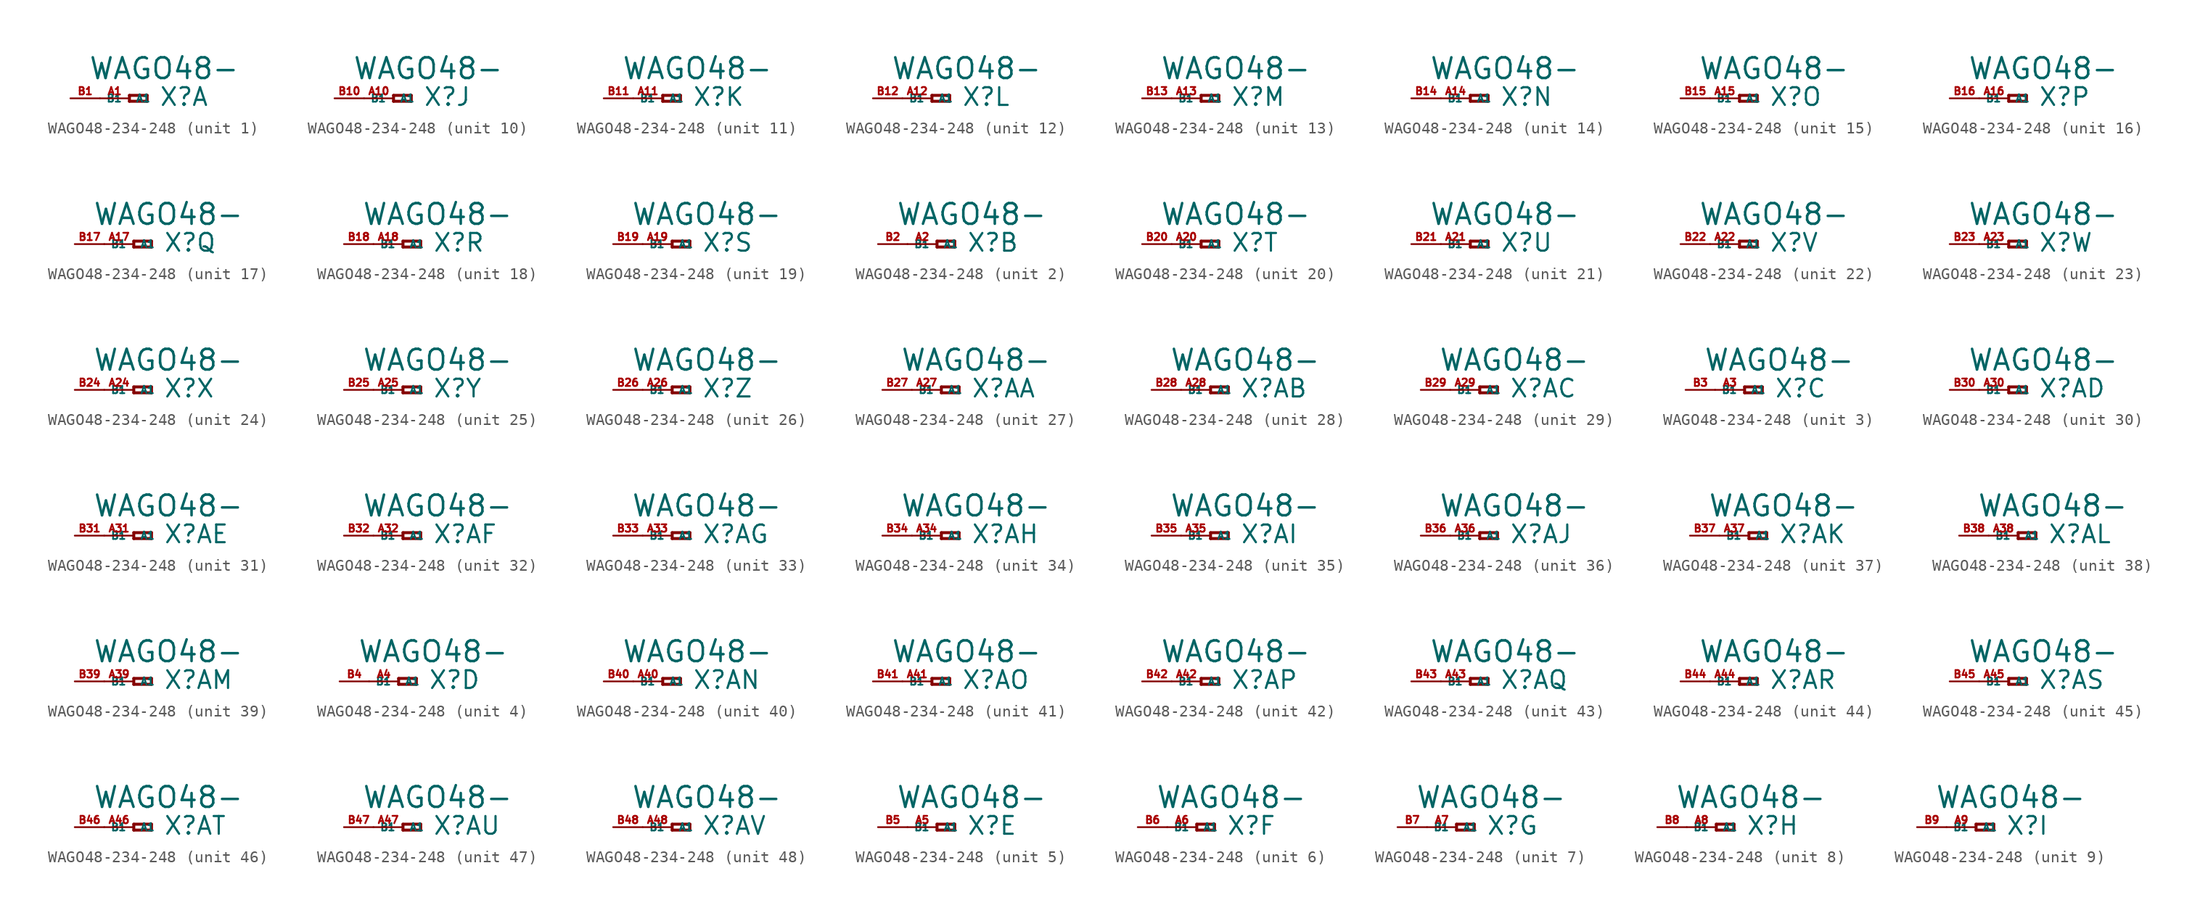
<source format=kicad_sym>
(kicad_symbol_lib
  (version 20220914)
  (generator Eagle2Kicad)
  (symbol "WAGO48-234-248"
    (property "Reference" "X"
      (at 2.54 -0.762 0)
      (effects (font (size 1.524 1.524) (thickness 0.19)) (justify left bottom)))
    (property "Value" "WAGO48-"
      (at -3.556 1.524 0)
      (effects (font (size 1.778 1.778) (thickness 0.22)) (justify left bottom)))
    (symbol "WAGO48-234-248_1_0"
      (polyline (pts (xy 0 0.254) (xy 0 -0.254)) (stroke (width 0.254) (type default)) (fill (type none)))
      (polyline (pts (xy 0 -0.254) (xy 1.524 -0.254)) (stroke (width 0.254) (type default)) (fill (type none)))
      (polyline (pts (xy 1.524 -0.254) (xy 1.524 0.254)) (stroke (width 0.254) (type default)) (fill (type none)))
      (polyline (pts (xy 1.524 0.254) (xy 0 0.254)) (stroke (width 0.254) (type default)) (fill (type none)))
      (pin passive line (at -2.54 0 0) (length 2.54) (name "A1" (effects (font (size 0.635 0.635) (thickness 0.08)) (justify left bottom))) (number "A1" (effects (font (size 0.635 0.635) (thickness 0.08)) (justify left bottom))))
      (pin passive line (at -5.08 0 0) (length 2.54) (name "B1" (effects (font (size 0.635 0.635) (thickness 0.08)) (justify left bottom))) (number "B1" (effects (font (size 0.635 0.635) (thickness 0.08)) (justify left bottom)))))
    (symbol "WAGO48-234-248_2_0"
      (polyline (pts (xy 0 0.254) (xy 0 -0.254)) (stroke (width 0.254) (type default)) (fill (type none)))
      (polyline (pts (xy 0 -0.254) (xy 1.524 -0.254)) (stroke (width 0.254) (type default)) (fill (type none)))
      (polyline (pts (xy 1.524 -0.254) (xy 1.524 0.254)) (stroke (width 0.254) (type default)) (fill (type none)))
      (polyline (pts (xy 1.524 0.254) (xy 0 0.254)) (stroke (width 0.254) (type default)) (fill (type none)))
      (pin passive line (at -2.54 0 0) (length 2.54) (name "A1" (effects (font (size 0.635 0.635) (thickness 0.08)) (justify left bottom))) (number "A2" (effects (font (size 0.635 0.635) (thickness 0.08)) (justify left bottom))))
      (pin passive line (at -5.08 0 0) (length 2.54) (name "B1" (effects (font (size 0.635 0.635) (thickness 0.08)) (justify left bottom))) (number "B2" (effects (font (size 0.635 0.635) (thickness 0.08)) (justify left bottom)))))
    (symbol "WAGO48-234-248_3_0"
      (polyline (pts (xy 0 0.254) (xy 0 -0.254)) (stroke (width 0.254) (type default)) (fill (type none)))
      (polyline (pts (xy 0 -0.254) (xy 1.524 -0.254)) (stroke (width 0.254) (type default)) (fill (type none)))
      (polyline (pts (xy 1.524 -0.254) (xy 1.524 0.254)) (stroke (width 0.254) (type default)) (fill (type none)))
      (polyline (pts (xy 1.524 0.254) (xy 0 0.254)) (stroke (width 0.254) (type default)) (fill (type none)))
      (pin passive line (at -2.54 0 0) (length 2.54) (name "A1" (effects (font (size 0.635 0.635) (thickness 0.08)) (justify left bottom))) (number "A3" (effects (font (size 0.635 0.635) (thickness 0.08)) (justify left bottom))))
      (pin passive line (at -5.08 0 0) (length 2.54) (name "B1" (effects (font (size 0.635 0.635) (thickness 0.08)) (justify left bottom))) (number "B3" (effects (font (size 0.635 0.635) (thickness 0.08)) (justify left bottom)))))
    (symbol "WAGO48-234-248_4_0"
      (polyline (pts (xy 0 0.254) (xy 0 -0.254)) (stroke (width 0.254) (type default)) (fill (type none)))
      (polyline (pts (xy 0 -0.254) (xy 1.524 -0.254)) (stroke (width 0.254) (type default)) (fill (type none)))
      (polyline (pts (xy 1.524 -0.254) (xy 1.524 0.254)) (stroke (width 0.254) (type default)) (fill (type none)))
      (polyline (pts (xy 1.524 0.254) (xy 0 0.254)) (stroke (width 0.254) (type default)) (fill (type none)))
      (pin passive line (at -2.54 0 0) (length 2.54) (name "A1" (effects (font (size 0.635 0.635) (thickness 0.08)) (justify left bottom))) (number "A4" (effects (font (size 0.635 0.635) (thickness 0.08)) (justify left bottom))))
      (pin passive line (at -5.08 0 0) (length 2.54) (name "B1" (effects (font (size 0.635 0.635) (thickness 0.08)) (justify left bottom))) (number "B4" (effects (font (size 0.635 0.635) (thickness 0.08)) (justify left bottom)))))
    (symbol "WAGO48-234-248_5_0"
      (polyline (pts (xy 0 0.254) (xy 0 -0.254)) (stroke (width 0.254) (type default)) (fill (type none)))
      (polyline (pts (xy 0 -0.254) (xy 1.524 -0.254)) (stroke (width 0.254) (type default)) (fill (type none)))
      (polyline (pts (xy 1.524 -0.254) (xy 1.524 0.254)) (stroke (width 0.254) (type default)) (fill (type none)))
      (polyline (pts (xy 1.524 0.254) (xy 0 0.254)) (stroke (width 0.254) (type default)) (fill (type none)))
      (pin passive line (at -2.54 0 0) (length 2.54) (name "A1" (effects (font (size 0.635 0.635) (thickness 0.08)) (justify left bottom))) (number "A5" (effects (font (size 0.635 0.635) (thickness 0.08)) (justify left bottom))))
      (pin passive line (at -5.08 0 0) (length 2.54) (name "B1" (effects (font (size 0.635 0.635) (thickness 0.08)) (justify left bottom))) (number "B5" (effects (font (size 0.635 0.635) (thickness 0.08)) (justify left bottom)))))
    (symbol "WAGO48-234-248_6_0"
      (polyline (pts (xy 0 0.254) (xy 0 -0.254)) (stroke (width 0.254) (type default)) (fill (type none)))
      (polyline (pts (xy 0 -0.254) (xy 1.524 -0.254)) (stroke (width 0.254) (type default)) (fill (type none)))
      (polyline (pts (xy 1.524 -0.254) (xy 1.524 0.254)) (stroke (width 0.254) (type default)) (fill (type none)))
      (polyline (pts (xy 1.524 0.254) (xy 0 0.254)) (stroke (width 0.254) (type default)) (fill (type none)))
      (pin passive line (at -2.54 0 0) (length 2.54) (name "A1" (effects (font (size 0.635 0.635) (thickness 0.08)) (justify left bottom))) (number "A6" (effects (font (size 0.635 0.635) (thickness 0.08)) (justify left bottom))))
      (pin passive line (at -5.08 0 0) (length 2.54) (name "B1" (effects (font (size 0.635 0.635) (thickness 0.08)) (justify left bottom))) (number "B6" (effects (font (size 0.635 0.635) (thickness 0.08)) (justify left bottom)))))
    (symbol "WAGO48-234-248_7_0"
      (polyline (pts (xy 0 0.254) (xy 0 -0.254)) (stroke (width 0.254) (type default)) (fill (type none)))
      (polyline (pts (xy 0 -0.254) (xy 1.524 -0.254)) (stroke (width 0.254) (type default)) (fill (type none)))
      (polyline (pts (xy 1.524 -0.254) (xy 1.524 0.254)) (stroke (width 0.254) (type default)) (fill (type none)))
      (polyline (pts (xy 1.524 0.254) (xy 0 0.254)) (stroke (width 0.254) (type default)) (fill (type none)))
      (pin passive line (at -2.54 0 0) (length 2.54) (name "A1" (effects (font (size 0.635 0.635) (thickness 0.08)) (justify left bottom))) (number "A7" (effects (font (size 0.635 0.635) (thickness 0.08)) (justify left bottom))))
      (pin passive line (at -5.08 0 0) (length 2.54) (name "B1" (effects (font (size 0.635 0.635) (thickness 0.08)) (justify left bottom))) (number "B7" (effects (font (size 0.635 0.635) (thickness 0.08)) (justify left bottom)))))
    (symbol "WAGO48-234-248_8_0"
      (polyline (pts (xy 0 0.254) (xy 0 -0.254)) (stroke (width 0.254) (type default)) (fill (type none)))
      (polyline (pts (xy 0 -0.254) (xy 1.524 -0.254)) (stroke (width 0.254) (type default)) (fill (type none)))
      (polyline (pts (xy 1.524 -0.254) (xy 1.524 0.254)) (stroke (width 0.254) (type default)) (fill (type none)))
      (polyline (pts (xy 1.524 0.254) (xy 0 0.254)) (stroke (width 0.254) (type default)) (fill (type none)))
      (pin passive line (at -2.54 0 0) (length 2.54) (name "A1" (effects (font (size 0.635 0.635) (thickness 0.08)) (justify left bottom))) (number "A8" (effects (font (size 0.635 0.635) (thickness 0.08)) (justify left bottom))))
      (pin passive line (at -5.08 0 0) (length 2.54) (name "B1" (effects (font (size 0.635 0.635) (thickness 0.08)) (justify left bottom))) (number "B8" (effects (font (size 0.635 0.635) (thickness 0.08)) (justify left bottom)))))
    (symbol "WAGO48-234-248_9_0"
      (polyline (pts (xy 0 0.254) (xy 0 -0.254)) (stroke (width 0.254) (type default)) (fill (type none)))
      (polyline (pts (xy 0 -0.254) (xy 1.524 -0.254)) (stroke (width 0.254) (type default)) (fill (type none)))
      (polyline (pts (xy 1.524 -0.254) (xy 1.524 0.254)) (stroke (width 0.254) (type default)) (fill (type none)))
      (polyline (pts (xy 1.524 0.254) (xy 0 0.254)) (stroke (width 0.254) (type default)) (fill (type none)))
      (pin passive line (at -2.54 0 0) (length 2.54) (name "A1" (effects (font (size 0.635 0.635) (thickness 0.08)) (justify left bottom))) (number "A9" (effects (font (size 0.635 0.635) (thickness 0.08)) (justify left bottom))))
      (pin passive line (at -5.08 0 0) (length 2.54) (name "B1" (effects (font (size 0.635 0.635) (thickness 0.08)) (justify left bottom))) (number "B9" (effects (font (size 0.635 0.635) (thickness 0.08)) (justify left bottom)))))
    (symbol "WAGO48-234-248_10_0"
      (polyline (pts (xy 0 0.254) (xy 0 -0.254)) (stroke (width 0.254) (type default)) (fill (type none)))
      (polyline (pts (xy 0 -0.254) (xy 1.524 -0.254)) (stroke (width 0.254) (type default)) (fill (type none)))
      (polyline (pts (xy 1.524 -0.254) (xy 1.524 0.254)) (stroke (width 0.254) (type default)) (fill (type none)))
      (polyline (pts (xy 1.524 0.254) (xy 0 0.254)) (stroke (width 0.254) (type default)) (fill (type none)))
      (pin passive line (at -2.54 0 0) (length 2.54) (name "A1" (effects (font (size 0.635 0.635) (thickness 0.08)) (justify left bottom))) (number "A10" (effects (font (size 0.635 0.635) (thickness 0.08)) (justify left bottom))))
      (pin passive line (at -5.08 0 0) (length 2.54) (name "B1" (effects (font (size 0.635 0.635) (thickness 0.08)) (justify left bottom))) (number "B10" (effects (font (size 0.635 0.635) (thickness 0.08)) (justify left bottom)))))
    (symbol "WAGO48-234-248_11_0"
      (polyline (pts (xy 0 0.254) (xy 0 -0.254)) (stroke (width 0.254) (type default)) (fill (type none)))
      (polyline (pts (xy 0 -0.254) (xy 1.524 -0.254)) (stroke (width 0.254) (type default)) (fill (type none)))
      (polyline (pts (xy 1.524 -0.254) (xy 1.524 0.254)) (stroke (width 0.254) (type default)) (fill (type none)))
      (polyline (pts (xy 1.524 0.254) (xy 0 0.254)) (stroke (width 0.254) (type default)) (fill (type none)))
      (pin passive line (at -2.54 0 0) (length 2.54) (name "A1" (effects (font (size 0.635 0.635) (thickness 0.08)) (justify left bottom))) (number "A11" (effects (font (size 0.635 0.635) (thickness 0.08)) (justify left bottom))))
      (pin passive line (at -5.08 0 0) (length 2.54) (name "B1" (effects (font (size 0.635 0.635) (thickness 0.08)) (justify left bottom))) (number "B11" (effects (font (size 0.635 0.635) (thickness 0.08)) (justify left bottom)))))
    (symbol "WAGO48-234-248_12_0"
      (polyline (pts (xy 0 0.254) (xy 0 -0.254)) (stroke (width 0.254) (type default)) (fill (type none)))
      (polyline (pts (xy 0 -0.254) (xy 1.524 -0.254)) (stroke (width 0.254) (type default)) (fill (type none)))
      (polyline (pts (xy 1.524 -0.254) (xy 1.524 0.254)) (stroke (width 0.254) (type default)) (fill (type none)))
      (polyline (pts (xy 1.524 0.254) (xy 0 0.254)) (stroke (width 0.254) (type default)) (fill (type none)))
      (pin passive line (at -2.54 0 0) (length 2.54) (name "A1" (effects (font (size 0.635 0.635) (thickness 0.08)) (justify left bottom))) (number "A12" (effects (font (size 0.635 0.635) (thickness 0.08)) (justify left bottom))))
      (pin passive line (at -5.08 0 0) (length 2.54) (name "B1" (effects (font (size 0.635 0.635) (thickness 0.08)) (justify left bottom))) (number "B12" (effects (font (size 0.635 0.635) (thickness 0.08)) (justify left bottom)))))
    (symbol "WAGO48-234-248_13_0"
      (polyline (pts (xy 0 0.254) (xy 0 -0.254)) (stroke (width 0.254) (type default)) (fill (type none)))
      (polyline (pts (xy 0 -0.254) (xy 1.524 -0.254)) (stroke (width 0.254) (type default)) (fill (type none)))
      (polyline (pts (xy 1.524 -0.254) (xy 1.524 0.254)) (stroke (width 0.254) (type default)) (fill (type none)))
      (polyline (pts (xy 1.524 0.254) (xy 0 0.254)) (stroke (width 0.254) (type default)) (fill (type none)))
      (pin passive line (at -2.54 0 0) (length 2.54) (name "A1" (effects (font (size 0.635 0.635) (thickness 0.08)) (justify left bottom))) (number "A13" (effects (font (size 0.635 0.635) (thickness 0.08)) (justify left bottom))))
      (pin passive line (at -5.08 0 0) (length 2.54) (name "B1" (effects (font (size 0.635 0.635) (thickness 0.08)) (justify left bottom))) (number "B13" (effects (font (size 0.635 0.635) (thickness 0.08)) (justify left bottom)))))
    (symbol "WAGO48-234-248_14_0"
      (polyline (pts (xy 0 0.254) (xy 0 -0.254)) (stroke (width 0.254) (type default)) (fill (type none)))
      (polyline (pts (xy 0 -0.254) (xy 1.524 -0.254)) (stroke (width 0.254) (type default)) (fill (type none)))
      (polyline (pts (xy 1.524 -0.254) (xy 1.524 0.254)) (stroke (width 0.254) (type default)) (fill (type none)))
      (polyline (pts (xy 1.524 0.254) (xy 0 0.254)) (stroke (width 0.254) (type default)) (fill (type none)))
      (pin passive line (at -2.54 0 0) (length 2.54) (name "A1" (effects (font (size 0.635 0.635) (thickness 0.08)) (justify left bottom))) (number "A14" (effects (font (size 0.635 0.635) (thickness 0.08)) (justify left bottom))))
      (pin passive line (at -5.08 0 0) (length 2.54) (name "B1" (effects (font (size 0.635 0.635) (thickness 0.08)) (justify left bottom))) (number "B14" (effects (font (size 0.635 0.635) (thickness 0.08)) (justify left bottom)))))
    (symbol "WAGO48-234-248_15_0"
      (polyline (pts (xy 0 0.254) (xy 0 -0.254)) (stroke (width 0.254) (type default)) (fill (type none)))
      (polyline (pts (xy 0 -0.254) (xy 1.524 -0.254)) (stroke (width 0.254) (type default)) (fill (type none)))
      (polyline (pts (xy 1.524 -0.254) (xy 1.524 0.254)) (stroke (width 0.254) (type default)) (fill (type none)))
      (polyline (pts (xy 1.524 0.254) (xy 0 0.254)) (stroke (width 0.254) (type default)) (fill (type none)))
      (pin passive line (at -2.54 0 0) (length 2.54) (name "A1" (effects (font (size 0.635 0.635) (thickness 0.08)) (justify left bottom))) (number "A15" (effects (font (size 0.635 0.635) (thickness 0.08)) (justify left bottom))))
      (pin passive line (at -5.08 0 0) (length 2.54) (name "B1" (effects (font (size 0.635 0.635) (thickness 0.08)) (justify left bottom))) (number "B15" (effects (font (size 0.635 0.635) (thickness 0.08)) (justify left bottom)))))
    (symbol "WAGO48-234-248_16_0"
      (polyline (pts (xy 0 0.254) (xy 0 -0.254)) (stroke (width 0.254) (type default)) (fill (type none)))
      (polyline (pts (xy 0 -0.254) (xy 1.524 -0.254)) (stroke (width 0.254) (type default)) (fill (type none)))
      (polyline (pts (xy 1.524 -0.254) (xy 1.524 0.254)) (stroke (width 0.254) (type default)) (fill (type none)))
      (polyline (pts (xy 1.524 0.254) (xy 0 0.254)) (stroke (width 0.254) (type default)) (fill (type none)))
      (pin passive line (at -2.54 0 0) (length 2.54) (name "A1" (effects (font (size 0.635 0.635) (thickness 0.08)) (justify left bottom))) (number "A16" (effects (font (size 0.635 0.635) (thickness 0.08)) (justify left bottom))))
      (pin passive line (at -5.08 0 0) (length 2.54) (name "B1" (effects (font (size 0.635 0.635) (thickness 0.08)) (justify left bottom))) (number "B16" (effects (font (size 0.635 0.635) (thickness 0.08)) (justify left bottom)))))
    (symbol "WAGO48-234-248_17_0"
      (polyline (pts (xy 0 0.254) (xy 0 -0.254)) (stroke (width 0.254) (type default)) (fill (type none)))
      (polyline (pts (xy 0 -0.254) (xy 1.524 -0.254)) (stroke (width 0.254) (type default)) (fill (type none)))
      (polyline (pts (xy 1.524 -0.254) (xy 1.524 0.254)) (stroke (width 0.254) (type default)) (fill (type none)))
      (polyline (pts (xy 1.524 0.254) (xy 0 0.254)) (stroke (width 0.254) (type default)) (fill (type none)))
      (pin passive line (at -2.54 0 0) (length 2.54) (name "A1" (effects (font (size 0.635 0.635) (thickness 0.08)) (justify left bottom))) (number "A17" (effects (font (size 0.635 0.635) (thickness 0.08)) (justify left bottom))))
      (pin passive line (at -5.08 0 0) (length 2.54) (name "B1" (effects (font (size 0.635 0.635) (thickness 0.08)) (justify left bottom))) (number "B17" (effects (font (size 0.635 0.635) (thickness 0.08)) (justify left bottom)))))
    (symbol "WAGO48-234-248_18_0"
      (polyline (pts (xy 0 0.254) (xy 0 -0.254)) (stroke (width 0.254) (type default)) (fill (type none)))
      (polyline (pts (xy 0 -0.254) (xy 1.524 -0.254)) (stroke (width 0.254) (type default)) (fill (type none)))
      (polyline (pts (xy 1.524 -0.254) (xy 1.524 0.254)) (stroke (width 0.254) (type default)) (fill (type none)))
      (polyline (pts (xy 1.524 0.254) (xy 0 0.254)) (stroke (width 0.254) (type default)) (fill (type none)))
      (pin passive line (at -2.54 0 0) (length 2.54) (name "A1" (effects (font (size 0.635 0.635) (thickness 0.08)) (justify left bottom))) (number "A18" (effects (font (size 0.635 0.635) (thickness 0.08)) (justify left bottom))))
      (pin passive line (at -5.08 0 0) (length 2.54) (name "B1" (effects (font (size 0.635 0.635) (thickness 0.08)) (justify left bottom))) (number "B18" (effects (font (size 0.635 0.635) (thickness 0.08)) (justify left bottom)))))
    (symbol "WAGO48-234-248_19_0"
      (polyline (pts (xy 0 0.254) (xy 0 -0.254)) (stroke (width 0.254) (type default)) (fill (type none)))
      (polyline (pts (xy 0 -0.254) (xy 1.524 -0.254)) (stroke (width 0.254) (type default)) (fill (type none)))
      (polyline (pts (xy 1.524 -0.254) (xy 1.524 0.254)) (stroke (width 0.254) (type default)) (fill (type none)))
      (polyline (pts (xy 1.524 0.254) (xy 0 0.254)) (stroke (width 0.254) (type default)) (fill (type none)))
      (pin passive line (at -2.54 0 0) (length 2.54) (name "A1" (effects (font (size 0.635 0.635) (thickness 0.08)) (justify left bottom))) (number "A19" (effects (font (size 0.635 0.635) (thickness 0.08)) (justify left bottom))))
      (pin passive line (at -5.08 0 0) (length 2.54) (name "B1" (effects (font (size 0.635 0.635) (thickness 0.08)) (justify left bottom))) (number "B19" (effects (font (size 0.635 0.635) (thickness 0.08)) (justify left bottom)))))
    (symbol "WAGO48-234-248_20_0"
      (polyline (pts (xy 0 0.254) (xy 0 -0.254)) (stroke (width 0.254) (type default)) (fill (type none)))
      (polyline (pts (xy 0 -0.254) (xy 1.524 -0.254)) (stroke (width 0.254) (type default)) (fill (type none)))
      (polyline (pts (xy 1.524 -0.254) (xy 1.524 0.254)) (stroke (width 0.254) (type default)) (fill (type none)))
      (polyline (pts (xy 1.524 0.254) (xy 0 0.254)) (stroke (width 0.254) (type default)) (fill (type none)))
      (pin passive line (at -2.54 0 0) (length 2.54) (name "A1" (effects (font (size 0.635 0.635) (thickness 0.08)) (justify left bottom))) (number "A20" (effects (font (size 0.635 0.635) (thickness 0.08)) (justify left bottom))))
      (pin passive line (at -5.08 0 0) (length 2.54) (name "B1" (effects (font (size 0.635 0.635) (thickness 0.08)) (justify left bottom))) (number "B20" (effects (font (size 0.635 0.635) (thickness 0.08)) (justify left bottom)))))
    (symbol "WAGO48-234-248_21_0"
      (polyline (pts (xy 0 0.254) (xy 0 -0.254)) (stroke (width 0.254) (type default)) (fill (type none)))
      (polyline (pts (xy 0 -0.254) (xy 1.524 -0.254)) (stroke (width 0.254) (type default)) (fill (type none)))
      (polyline (pts (xy 1.524 -0.254) (xy 1.524 0.254)) (stroke (width 0.254) (type default)) (fill (type none)))
      (polyline (pts (xy 1.524 0.254) (xy 0 0.254)) (stroke (width 0.254) (type default)) (fill (type none)))
      (pin passive line (at -2.54 0 0) (length 2.54) (name "A1" (effects (font (size 0.635 0.635) (thickness 0.08)) (justify left bottom))) (number "A21" (effects (font (size 0.635 0.635) (thickness 0.08)) (justify left bottom))))
      (pin passive line (at -5.08 0 0) (length 2.54) (name "B1" (effects (font (size 0.635 0.635) (thickness 0.08)) (justify left bottom))) (number "B21" (effects (font (size 0.635 0.635) (thickness 0.08)) (justify left bottom)))))
    (symbol "WAGO48-234-248_22_0"
      (polyline (pts (xy 0 0.254) (xy 0 -0.254)) (stroke (width 0.254) (type default)) (fill (type none)))
      (polyline (pts (xy 0 -0.254) (xy 1.524 -0.254)) (stroke (width 0.254) (type default)) (fill (type none)))
      (polyline (pts (xy 1.524 -0.254) (xy 1.524 0.254)) (stroke (width 0.254) (type default)) (fill (type none)))
      (polyline (pts (xy 1.524 0.254) (xy 0 0.254)) (stroke (width 0.254) (type default)) (fill (type none)))
      (pin passive line (at -2.54 0 0) (length 2.54) (name "A1" (effects (font (size 0.635 0.635) (thickness 0.08)) (justify left bottom))) (number "A22" (effects (font (size 0.635 0.635) (thickness 0.08)) (justify left bottom))))
      (pin passive line (at -5.08 0 0) (length 2.54) (name "B1" (effects (font (size 0.635 0.635) (thickness 0.08)) (justify left bottom))) (number "B22" (effects (font (size 0.635 0.635) (thickness 0.08)) (justify left bottom)))))
    (symbol "WAGO48-234-248_23_0"
      (polyline (pts (xy 0 0.254) (xy 0 -0.254)) (stroke (width 0.254) (type default)) (fill (type none)))
      (polyline (pts (xy 0 -0.254) (xy 1.524 -0.254)) (stroke (width 0.254) (type default)) (fill (type none)))
      (polyline (pts (xy 1.524 -0.254) (xy 1.524 0.254)) (stroke (width 0.254) (type default)) (fill (type none)))
      (polyline (pts (xy 1.524 0.254) (xy 0 0.254)) (stroke (width 0.254) (type default)) (fill (type none)))
      (pin passive line (at -2.54 0 0) (length 2.54) (name "A1" (effects (font (size 0.635 0.635) (thickness 0.08)) (justify left bottom))) (number "A23" (effects (font (size 0.635 0.635) (thickness 0.08)) (justify left bottom))))
      (pin passive line (at -5.08 0 0) (length 2.54) (name "B1" (effects (font (size 0.635 0.635) (thickness 0.08)) (justify left bottom))) (number "B23" (effects (font (size 0.635 0.635) (thickness 0.08)) (justify left bottom)))))
    (symbol "WAGO48-234-248_24_0"
      (polyline (pts (xy 0 0.254) (xy 0 -0.254)) (stroke (width 0.254) (type default)) (fill (type none)))
      (polyline (pts (xy 0 -0.254) (xy 1.524 -0.254)) (stroke (width 0.254) (type default)) (fill (type none)))
      (polyline (pts (xy 1.524 -0.254) (xy 1.524 0.254)) (stroke (width 0.254) (type default)) (fill (type none)))
      (polyline (pts (xy 1.524 0.254) (xy 0 0.254)) (stroke (width 0.254) (type default)) (fill (type none)))
      (pin passive line (at -2.54 0 0) (length 2.54) (name "A1" (effects (font (size 0.635 0.635) (thickness 0.08)) (justify left bottom))) (number "A24" (effects (font (size 0.635 0.635) (thickness 0.08)) (justify left bottom))))
      (pin passive line (at -5.08 0 0) (length 2.54) (name "B1" (effects (font (size 0.635 0.635) (thickness 0.08)) (justify left bottom))) (number "B24" (effects (font (size 0.635 0.635) (thickness 0.08)) (justify left bottom)))))
    (symbol "WAGO48-234-248_25_0"
      (polyline (pts (xy 0 0.254) (xy 0 -0.254)) (stroke (width 0.254) (type default)) (fill (type none)))
      (polyline (pts (xy 0 -0.254) (xy 1.524 -0.254)) (stroke (width 0.254) (type default)) (fill (type none)))
      (polyline (pts (xy 1.524 -0.254) (xy 1.524 0.254)) (stroke (width 0.254) (type default)) (fill (type none)))
      (polyline (pts (xy 1.524 0.254) (xy 0 0.254)) (stroke (width 0.254) (type default)) (fill (type none)))
      (pin passive line (at -2.54 0 0) (length 2.54) (name "A1" (effects (font (size 0.635 0.635) (thickness 0.08)) (justify left bottom))) (number "A25" (effects (font (size 0.635 0.635) (thickness 0.08)) (justify left bottom))))
      (pin passive line (at -5.08 0 0) (length 2.54) (name "B1" (effects (font (size 0.635 0.635) (thickness 0.08)) (justify left bottom))) (number "B25" (effects (font (size 0.635 0.635) (thickness 0.08)) (justify left bottom)))))
    (symbol "WAGO48-234-248_26_0"
      (polyline (pts (xy 0 0.254) (xy 0 -0.254)) (stroke (width 0.254) (type default)) (fill (type none)))
      (polyline (pts (xy 0 -0.254) (xy 1.524 -0.254)) (stroke (width 0.254) (type default)) (fill (type none)))
      (polyline (pts (xy 1.524 -0.254) (xy 1.524 0.254)) (stroke (width 0.254) (type default)) (fill (type none)))
      (polyline (pts (xy 1.524 0.254) (xy 0 0.254)) (stroke (width 0.254) (type default)) (fill (type none)))
      (pin passive line (at -2.54 0 0) (length 2.54) (name "A1" (effects (font (size 0.635 0.635) (thickness 0.08)) (justify left bottom))) (number "A26" (effects (font (size 0.635 0.635) (thickness 0.08)) (justify left bottom))))
      (pin passive line (at -5.08 0 0) (length 2.54) (name "B1" (effects (font (size 0.635 0.635) (thickness 0.08)) (justify left bottom))) (number "B26" (effects (font (size 0.635 0.635) (thickness 0.08)) (justify left bottom)))))
    (symbol "WAGO48-234-248_27_0"
      (polyline (pts (xy 0 0.254) (xy 0 -0.254)) (stroke (width 0.254) (type default)) (fill (type none)))
      (polyline (pts (xy 0 -0.254) (xy 1.524 -0.254)) (stroke (width 0.254) (type default)) (fill (type none)))
      (polyline (pts (xy 1.524 -0.254) (xy 1.524 0.254)) (stroke (width 0.254) (type default)) (fill (type none)))
      (polyline (pts (xy 1.524 0.254) (xy 0 0.254)) (stroke (width 0.254) (type default)) (fill (type none)))
      (pin passive line (at -2.54 0 0) (length 2.54) (name "A1" (effects (font (size 0.635 0.635) (thickness 0.08)) (justify left bottom))) (number "A27" (effects (font (size 0.635 0.635) (thickness 0.08)) (justify left bottom))))
      (pin passive line (at -5.08 0 0) (length 2.54) (name "B1" (effects (font (size 0.635 0.635) (thickness 0.08)) (justify left bottom))) (number "B27" (effects (font (size 0.635 0.635) (thickness 0.08)) (justify left bottom)))))
    (symbol "WAGO48-234-248_28_0"
      (polyline (pts (xy 0 0.254) (xy 0 -0.254)) (stroke (width 0.254) (type default)) (fill (type none)))
      (polyline (pts (xy 0 -0.254) (xy 1.524 -0.254)) (stroke (width 0.254) (type default)) (fill (type none)))
      (polyline (pts (xy 1.524 -0.254) (xy 1.524 0.254)) (stroke (width 0.254) (type default)) (fill (type none)))
      (polyline (pts (xy 1.524 0.254) (xy 0 0.254)) (stroke (width 0.254) (type default)) (fill (type none)))
      (pin passive line (at -2.54 0 0) (length 2.54) (name "A1" (effects (font (size 0.635 0.635) (thickness 0.08)) (justify left bottom))) (number "A28" (effects (font (size 0.635 0.635) (thickness 0.08)) (justify left bottom))))
      (pin passive line (at -5.08 0 0) (length 2.54) (name "B1" (effects (font (size 0.635 0.635) (thickness 0.08)) (justify left bottom))) (number "B28" (effects (font (size 0.635 0.635) (thickness 0.08)) (justify left bottom)))))
    (symbol "WAGO48-234-248_29_0"
      (polyline (pts (xy 0 0.254) (xy 0 -0.254)) (stroke (width 0.254) (type default)) (fill (type none)))
      (polyline (pts (xy 0 -0.254) (xy 1.524 -0.254)) (stroke (width 0.254) (type default)) (fill (type none)))
      (polyline (pts (xy 1.524 -0.254) (xy 1.524 0.254)) (stroke (width 0.254) (type default)) (fill (type none)))
      (polyline (pts (xy 1.524 0.254) (xy 0 0.254)) (stroke (width 0.254) (type default)) (fill (type none)))
      (pin passive line (at -2.54 0 0) (length 2.54) (name "A1" (effects (font (size 0.635 0.635) (thickness 0.08)) (justify left bottom))) (number "A29" (effects (font (size 0.635 0.635) (thickness 0.08)) (justify left bottom))))
      (pin passive line (at -5.08 0 0) (length 2.54) (name "B1" (effects (font (size 0.635 0.635) (thickness 0.08)) (justify left bottom))) (number "B29" (effects (font (size 0.635 0.635) (thickness 0.08)) (justify left bottom)))))
    (symbol "WAGO48-234-248_30_0"
      (polyline (pts (xy 0 0.254) (xy 0 -0.254)) (stroke (width 0.254) (type default)) (fill (type none)))
      (polyline (pts (xy 0 -0.254) (xy 1.524 -0.254)) (stroke (width 0.254) (type default)) (fill (type none)))
      (polyline (pts (xy 1.524 -0.254) (xy 1.524 0.254)) (stroke (width 0.254) (type default)) (fill (type none)))
      (polyline (pts (xy 1.524 0.254) (xy 0 0.254)) (stroke (width 0.254) (type default)) (fill (type none)))
      (pin passive line (at -2.54 0 0) (length 2.54) (name "A1" (effects (font (size 0.635 0.635) (thickness 0.08)) (justify left bottom))) (number "A30" (effects (font (size 0.635 0.635) (thickness 0.08)) (justify left bottom))))
      (pin passive line (at -5.08 0 0) (length 2.54) (name "B1" (effects (font (size 0.635 0.635) (thickness 0.08)) (justify left bottom))) (number "B30" (effects (font (size 0.635 0.635) (thickness 0.08)) (justify left bottom)))))
    (symbol "WAGO48-234-248_31_0"
      (polyline (pts (xy 0 0.254) (xy 0 -0.254)) (stroke (width 0.254) (type default)) (fill (type none)))
      (polyline (pts (xy 0 -0.254) (xy 1.524 -0.254)) (stroke (width 0.254) (type default)) (fill (type none)))
      (polyline (pts (xy 1.524 -0.254) (xy 1.524 0.254)) (stroke (width 0.254) (type default)) (fill (type none)))
      (polyline (pts (xy 1.524 0.254) (xy 0 0.254)) (stroke (width 0.254) (type default)) (fill (type none)))
      (pin passive line (at -2.54 0 0) (length 2.54) (name "A1" (effects (font (size 0.635 0.635) (thickness 0.08)) (justify left bottom))) (number "A31" (effects (font (size 0.635 0.635) (thickness 0.08)) (justify left bottom))))
      (pin passive line (at -5.08 0 0) (length 2.54) (name "B1" (effects (font (size 0.635 0.635) (thickness 0.08)) (justify left bottom))) (number "B31" (effects (font (size 0.635 0.635) (thickness 0.08)) (justify left bottom)))))
    (symbol "WAGO48-234-248_32_0"
      (polyline (pts (xy 0 0.254) (xy 0 -0.254)) (stroke (width 0.254) (type default)) (fill (type none)))
      (polyline (pts (xy 0 -0.254) (xy 1.524 -0.254)) (stroke (width 0.254) (type default)) (fill (type none)))
      (polyline (pts (xy 1.524 -0.254) (xy 1.524 0.254)) (stroke (width 0.254) (type default)) (fill (type none)))
      (polyline (pts (xy 1.524 0.254) (xy 0 0.254)) (stroke (width 0.254) (type default)) (fill (type none)))
      (pin passive line (at -2.54 0 0) (length 2.54) (name "A1" (effects (font (size 0.635 0.635) (thickness 0.08)) (justify left bottom))) (number "A32" (effects (font (size 0.635 0.635) (thickness 0.08)) (justify left bottom))))
      (pin passive line (at -5.08 0 0) (length 2.54) (name "B1" (effects (font (size 0.635 0.635) (thickness 0.08)) (justify left bottom))) (number "B32" (effects (font (size 0.635 0.635) (thickness 0.08)) (justify left bottom)))))
    (symbol "WAGO48-234-248_33_0"
      (polyline (pts (xy 0 0.254) (xy 0 -0.254)) (stroke (width 0.254) (type default)) (fill (type none)))
      (polyline (pts (xy 0 -0.254) (xy 1.524 -0.254)) (stroke (width 0.254) (type default)) (fill (type none)))
      (polyline (pts (xy 1.524 -0.254) (xy 1.524 0.254)) (stroke (width 0.254) (type default)) (fill (type none)))
      (polyline (pts (xy 1.524 0.254) (xy 0 0.254)) (stroke (width 0.254) (type default)) (fill (type none)))
      (pin passive line (at -2.54 0 0) (length 2.54) (name "A1" (effects (font (size 0.635 0.635) (thickness 0.08)) (justify left bottom))) (number "A33" (effects (font (size 0.635 0.635) (thickness 0.08)) (justify left bottom))))
      (pin passive line (at -5.08 0 0) (length 2.54) (name "B1" (effects (font (size 0.635 0.635) (thickness 0.08)) (justify left bottom))) (number "B33" (effects (font (size 0.635 0.635) (thickness 0.08)) (justify left bottom)))))
    (symbol "WAGO48-234-248_34_0"
      (polyline (pts (xy 0 0.254) (xy 0 -0.254)) (stroke (width 0.254) (type default)) (fill (type none)))
      (polyline (pts (xy 0 -0.254) (xy 1.524 -0.254)) (stroke (width 0.254) (type default)) (fill (type none)))
      (polyline (pts (xy 1.524 -0.254) (xy 1.524 0.254)) (stroke (width 0.254) (type default)) (fill (type none)))
      (polyline (pts (xy 1.524 0.254) (xy 0 0.254)) (stroke (width 0.254) (type default)) (fill (type none)))
      (pin passive line (at -2.54 0 0) (length 2.54) (name "A1" (effects (font (size 0.635 0.635) (thickness 0.08)) (justify left bottom))) (number "A34" (effects (font (size 0.635 0.635) (thickness 0.08)) (justify left bottom))))
      (pin passive line (at -5.08 0 0) (length 2.54) (name "B1" (effects (font (size 0.635 0.635) (thickness 0.08)) (justify left bottom))) (number "B34" (effects (font (size 0.635 0.635) (thickness 0.08)) (justify left bottom)))))
    (symbol "WAGO48-234-248_35_0"
      (polyline (pts (xy 0 0.254) (xy 0 -0.254)) (stroke (width 0.254) (type default)) (fill (type none)))
      (polyline (pts (xy 0 -0.254) (xy 1.524 -0.254)) (stroke (width 0.254) (type default)) (fill (type none)))
      (polyline (pts (xy 1.524 -0.254) (xy 1.524 0.254)) (stroke (width 0.254) (type default)) (fill (type none)))
      (polyline (pts (xy 1.524 0.254) (xy 0 0.254)) (stroke (width 0.254) (type default)) (fill (type none)))
      (pin passive line (at -2.54 0 0) (length 2.54) (name "A1" (effects (font (size 0.635 0.635) (thickness 0.08)) (justify left bottom))) (number "A35" (effects (font (size 0.635 0.635) (thickness 0.08)) (justify left bottom))))
      (pin passive line (at -5.08 0 0) (length 2.54) (name "B1" (effects (font (size 0.635 0.635) (thickness 0.08)) (justify left bottom))) (number "B35" (effects (font (size 0.635 0.635) (thickness 0.08)) (justify left bottom)))))
    (symbol "WAGO48-234-248_36_0"
      (polyline (pts (xy 0 0.254) (xy 0 -0.254)) (stroke (width 0.254) (type default)) (fill (type none)))
      (polyline (pts (xy 0 -0.254) (xy 1.524 -0.254)) (stroke (width 0.254) (type default)) (fill (type none)))
      (polyline (pts (xy 1.524 -0.254) (xy 1.524 0.254)) (stroke (width 0.254) (type default)) (fill (type none)))
      (polyline (pts (xy 1.524 0.254) (xy 0 0.254)) (stroke (width 0.254) (type default)) (fill (type none)))
      (pin passive line (at -2.54 0 0) (length 2.54) (name "A1" (effects (font (size 0.635 0.635) (thickness 0.08)) (justify left bottom))) (number "A36" (effects (font (size 0.635 0.635) (thickness 0.08)) (justify left bottom))))
      (pin passive line (at -5.08 0 0) (length 2.54) (name "B1" (effects (font (size 0.635 0.635) (thickness 0.08)) (justify left bottom))) (number "B36" (effects (font (size 0.635 0.635) (thickness 0.08)) (justify left bottom)))))
    (symbol "WAGO48-234-248_37_0"
      (polyline (pts (xy 0 0.254) (xy 0 -0.254)) (stroke (width 0.254) (type default)) (fill (type none)))
      (polyline (pts (xy 0 -0.254) (xy 1.524 -0.254)) (stroke (width 0.254) (type default)) (fill (type none)))
      (polyline (pts (xy 1.524 -0.254) (xy 1.524 0.254)) (stroke (width 0.254) (type default)) (fill (type none)))
      (polyline (pts (xy 1.524 0.254) (xy 0 0.254)) (stroke (width 0.254) (type default)) (fill (type none)))
      (pin passive line (at -2.54 0 0) (length 2.54) (name "A1" (effects (font (size 0.635 0.635) (thickness 0.08)) (justify left bottom))) (number "A37" (effects (font (size 0.635 0.635) (thickness 0.08)) (justify left bottom))))
      (pin passive line (at -5.08 0 0) (length 2.54) (name "B1" (effects (font (size 0.635 0.635) (thickness 0.08)) (justify left bottom))) (number "B37" (effects (font (size 0.635 0.635) (thickness 0.08)) (justify left bottom)))))
    (symbol "WAGO48-234-248_38_0"
      (polyline (pts (xy 0 0.254) (xy 0 -0.254)) (stroke (width 0.254) (type default)) (fill (type none)))
      (polyline (pts (xy 0 -0.254) (xy 1.524 -0.254)) (stroke (width 0.254) (type default)) (fill (type none)))
      (polyline (pts (xy 1.524 -0.254) (xy 1.524 0.254)) (stroke (width 0.254) (type default)) (fill (type none)))
      (polyline (pts (xy 1.524 0.254) (xy 0 0.254)) (stroke (width 0.254) (type default)) (fill (type none)))
      (pin passive line (at -2.54 0 0) (length 2.54) (name "A1" (effects (font (size 0.635 0.635) (thickness 0.08)) (justify left bottom))) (number "A38" (effects (font (size 0.635 0.635) (thickness 0.08)) (justify left bottom))))
      (pin passive line (at -5.08 0 0) (length 2.54) (name "B1" (effects (font (size 0.635 0.635) (thickness 0.08)) (justify left bottom))) (number "B38" (effects (font (size 0.635 0.635) (thickness 0.08)) (justify left bottom)))))
    (symbol "WAGO48-234-248_39_0"
      (polyline (pts (xy 0 0.254) (xy 0 -0.254)) (stroke (width 0.254) (type default)) (fill (type none)))
      (polyline (pts (xy 0 -0.254) (xy 1.524 -0.254)) (stroke (width 0.254) (type default)) (fill (type none)))
      (polyline (pts (xy 1.524 -0.254) (xy 1.524 0.254)) (stroke (width 0.254) (type default)) (fill (type none)))
      (polyline (pts (xy 1.524 0.254) (xy 0 0.254)) (stroke (width 0.254) (type default)) (fill (type none)))
      (pin passive line (at -2.54 0 0) (length 2.54) (name "A1" (effects (font (size 0.635 0.635) (thickness 0.08)) (justify left bottom))) (number "A39" (effects (font (size 0.635 0.635) (thickness 0.08)) (justify left bottom))))
      (pin passive line (at -5.08 0 0) (length 2.54) (name "B1" (effects (font (size 0.635 0.635) (thickness 0.08)) (justify left bottom))) (number "B39" (effects (font (size 0.635 0.635) (thickness 0.08)) (justify left bottom)))))
    (symbol "WAGO48-234-248_40_0"
      (polyline (pts (xy 0 0.254) (xy 0 -0.254)) (stroke (width 0.254) (type default)) (fill (type none)))
      (polyline (pts (xy 0 -0.254) (xy 1.524 -0.254)) (stroke (width 0.254) (type default)) (fill (type none)))
      (polyline (pts (xy 1.524 -0.254) (xy 1.524 0.254)) (stroke (width 0.254) (type default)) (fill (type none)))
      (polyline (pts (xy 1.524 0.254) (xy 0 0.254)) (stroke (width 0.254) (type default)) (fill (type none)))
      (pin passive line (at -2.54 0 0) (length 2.54) (name "A1" (effects (font (size 0.635 0.635) (thickness 0.08)) (justify left bottom))) (number "A40" (effects (font (size 0.635 0.635) (thickness 0.08)) (justify left bottom))))
      (pin passive line (at -5.08 0 0) (length 2.54) (name "B1" (effects (font (size 0.635 0.635) (thickness 0.08)) (justify left bottom))) (number "B40" (effects (font (size 0.635 0.635) (thickness 0.08)) (justify left bottom)))))
    (symbol "WAGO48-234-248_41_0"
      (polyline (pts (xy 0 0.254) (xy 0 -0.254)) (stroke (width 0.254) (type default)) (fill (type none)))
      (polyline (pts (xy 0 -0.254) (xy 1.524 -0.254)) (stroke (width 0.254) (type default)) (fill (type none)))
      (polyline (pts (xy 1.524 -0.254) (xy 1.524 0.254)) (stroke (width 0.254) (type default)) (fill (type none)))
      (polyline (pts (xy 1.524 0.254) (xy 0 0.254)) (stroke (width 0.254) (type default)) (fill (type none)))
      (pin passive line (at -2.54 0 0) (length 2.54) (name "A1" (effects (font (size 0.635 0.635) (thickness 0.08)) (justify left bottom))) (number "A41" (effects (font (size 0.635 0.635) (thickness 0.08)) (justify left bottom))))
      (pin passive line (at -5.08 0 0) (length 2.54) (name "B1" (effects (font (size 0.635 0.635) (thickness 0.08)) (justify left bottom))) (number "B41" (effects (font (size 0.635 0.635) (thickness 0.08)) (justify left bottom)))))
    (symbol "WAGO48-234-248_42_0"
      (polyline (pts (xy 0 0.254) (xy 0 -0.254)) (stroke (width 0.254) (type default)) (fill (type none)))
      (polyline (pts (xy 0 -0.254) (xy 1.524 -0.254)) (stroke (width 0.254) (type default)) (fill (type none)))
      (polyline (pts (xy 1.524 -0.254) (xy 1.524 0.254)) (stroke (width 0.254) (type default)) (fill (type none)))
      (polyline (pts (xy 1.524 0.254) (xy 0 0.254)) (stroke (width 0.254) (type default)) (fill (type none)))
      (pin passive line (at -2.54 0 0) (length 2.54) (name "A1" (effects (font (size 0.635 0.635) (thickness 0.08)) (justify left bottom))) (number "A42" (effects (font (size 0.635 0.635) (thickness 0.08)) (justify left bottom))))
      (pin passive line (at -5.08 0 0) (length 2.54) (name "B1" (effects (font (size 0.635 0.635) (thickness 0.08)) (justify left bottom))) (number "B42" (effects (font (size 0.635 0.635) (thickness 0.08)) (justify left bottom)))))
    (symbol "WAGO48-234-248_43_0"
      (polyline (pts (xy 0 0.254) (xy 0 -0.254)) (stroke (width 0.254) (type default)) (fill (type none)))
      (polyline (pts (xy 0 -0.254) (xy 1.524 -0.254)) (stroke (width 0.254) (type default)) (fill (type none)))
      (polyline (pts (xy 1.524 -0.254) (xy 1.524 0.254)) (stroke (width 0.254) (type default)) (fill (type none)))
      (polyline (pts (xy 1.524 0.254) (xy 0 0.254)) (stroke (width 0.254) (type default)) (fill (type none)))
      (pin passive line (at -2.54 0 0) (length 2.54) (name "A1" (effects (font (size 0.635 0.635) (thickness 0.08)) (justify left bottom))) (number "A43" (effects (font (size 0.635 0.635) (thickness 0.08)) (justify left bottom))))
      (pin passive line (at -5.08 0 0) (length 2.54) (name "B1" (effects (font (size 0.635 0.635) (thickness 0.08)) (justify left bottom))) (number "B43" (effects (font (size 0.635 0.635) (thickness 0.08)) (justify left bottom)))))
    (symbol "WAGO48-234-248_44_0"
      (polyline (pts (xy 0 0.254) (xy 0 -0.254)) (stroke (width 0.254) (type default)) (fill (type none)))
      (polyline (pts (xy 0 -0.254) (xy 1.524 -0.254)) (stroke (width 0.254) (type default)) (fill (type none)))
      (polyline (pts (xy 1.524 -0.254) (xy 1.524 0.254)) (stroke (width 0.254) (type default)) (fill (type none)))
      (polyline (pts (xy 1.524 0.254) (xy 0 0.254)) (stroke (width 0.254) (type default)) (fill (type none)))
      (pin passive line (at -2.54 0 0) (length 2.54) (name "A1" (effects (font (size 0.635 0.635) (thickness 0.08)) (justify left bottom))) (number "A44" (effects (font (size 0.635 0.635) (thickness 0.08)) (justify left bottom))))
      (pin passive line (at -5.08 0 0) (length 2.54) (name "B1" (effects (font (size 0.635 0.635) (thickness 0.08)) (justify left bottom))) (number "B44" (effects (font (size 0.635 0.635) (thickness 0.08)) (justify left bottom)))))
    (symbol "WAGO48-234-248_45_0"
      (polyline (pts (xy 0 0.254) (xy 0 -0.254)) (stroke (width 0.254) (type default)) (fill (type none)))
      (polyline (pts (xy 0 -0.254) (xy 1.524 -0.254)) (stroke (width 0.254) (type default)) (fill (type none)))
      (polyline (pts (xy 1.524 -0.254) (xy 1.524 0.254)) (stroke (width 0.254) (type default)) (fill (type none)))
      (polyline (pts (xy 1.524 0.254) (xy 0 0.254)) (stroke (width 0.254) (type default)) (fill (type none)))
      (pin passive line (at -2.54 0 0) (length 2.54) (name "A1" (effects (font (size 0.635 0.635) (thickness 0.08)) (justify left bottom))) (number "A45" (effects (font (size 0.635 0.635) (thickness 0.08)) (justify left bottom))))
      (pin passive line (at -5.08 0 0) (length 2.54) (name "B1" (effects (font (size 0.635 0.635) (thickness 0.08)) (justify left bottom))) (number "B45" (effects (font (size 0.635 0.635) (thickness 0.08)) (justify left bottom)))))
    (symbol "WAGO48-234-248_46_0"
      (polyline (pts (xy 0 0.254) (xy 0 -0.254)) (stroke (width 0.254) (type default)) (fill (type none)))
      (polyline (pts (xy 0 -0.254) (xy 1.524 -0.254)) (stroke (width 0.254) (type default)) (fill (type none)))
      (polyline (pts (xy 1.524 -0.254) (xy 1.524 0.254)) (stroke (width 0.254) (type default)) (fill (type none)))
      (polyline (pts (xy 1.524 0.254) (xy 0 0.254)) (stroke (width 0.254) (type default)) (fill (type none)))
      (pin passive line (at -2.54 0 0) (length 2.54) (name "A1" (effects (font (size 0.635 0.635) (thickness 0.08)) (justify left bottom))) (number "A46" (effects (font (size 0.635 0.635) (thickness 0.08)) (justify left bottom))))
      (pin passive line (at -5.08 0 0) (length 2.54) (name "B1" (effects (font (size 0.635 0.635) (thickness 0.08)) (justify left bottom))) (number "B46" (effects (font (size 0.635 0.635) (thickness 0.08)) (justify left bottom)))))
    (symbol "WAGO48-234-248_47_0"
      (polyline (pts (xy 0 0.254) (xy 0 -0.254)) (stroke (width 0.254) (type default)) (fill (type none)))
      (polyline (pts (xy 0 -0.254) (xy 1.524 -0.254)) (stroke (width 0.254) (type default)) (fill (type none)))
      (polyline (pts (xy 1.524 -0.254) (xy 1.524 0.254)) (stroke (width 0.254) (type default)) (fill (type none)))
      (polyline (pts (xy 1.524 0.254) (xy 0 0.254)) (stroke (width 0.254) (type default)) (fill (type none)))
      (pin passive line (at -2.54 0 0) (length 2.54) (name "A1" (effects (font (size 0.635 0.635) (thickness 0.08)) (justify left bottom))) (number "A47" (effects (font (size 0.635 0.635) (thickness 0.08)) (justify left bottom))))
      (pin passive line (at -5.08 0 0) (length 2.54) (name "B1" (effects (font (size 0.635 0.635) (thickness 0.08)) (justify left bottom))) (number "B47" (effects (font (size 0.635 0.635) (thickness 0.08)) (justify left bottom)))))
    (symbol "WAGO48-234-248_48_0"
      (polyline (pts (xy 0 0.254) (xy 0 -0.254)) (stroke (width 0.254) (type default)) (fill (type none)))
      (polyline (pts (xy 0 -0.254) (xy 1.524 -0.254)) (stroke (width 0.254) (type default)) (fill (type none)))
      (polyline (pts (xy 1.524 -0.254) (xy 1.524 0.254)) (stroke (width 0.254) (type default)) (fill (type none)))
      (polyline (pts (xy 1.524 0.254) (xy 0 0.254)) (stroke (width 0.254) (type default)) (fill (type none)))
      (pin passive line (at -2.54 0 0) (length 2.54) (name "A1" (effects (font (size 0.635 0.635) (thickness 0.08)) (justify left bottom))) (number "A48" (effects (font (size 0.635 0.635) (thickness 0.08)) (justify left bottom))))
      (pin passive line (at -5.08 0 0) (length 2.54) (name "B1" (effects (font (size 0.635 0.635) (thickness 0.08)) (justify left bottom))) (number "B48" (effects (font (size 0.635 0.635) (thickness 0.08)) (justify left bottom)))))))
</source>
